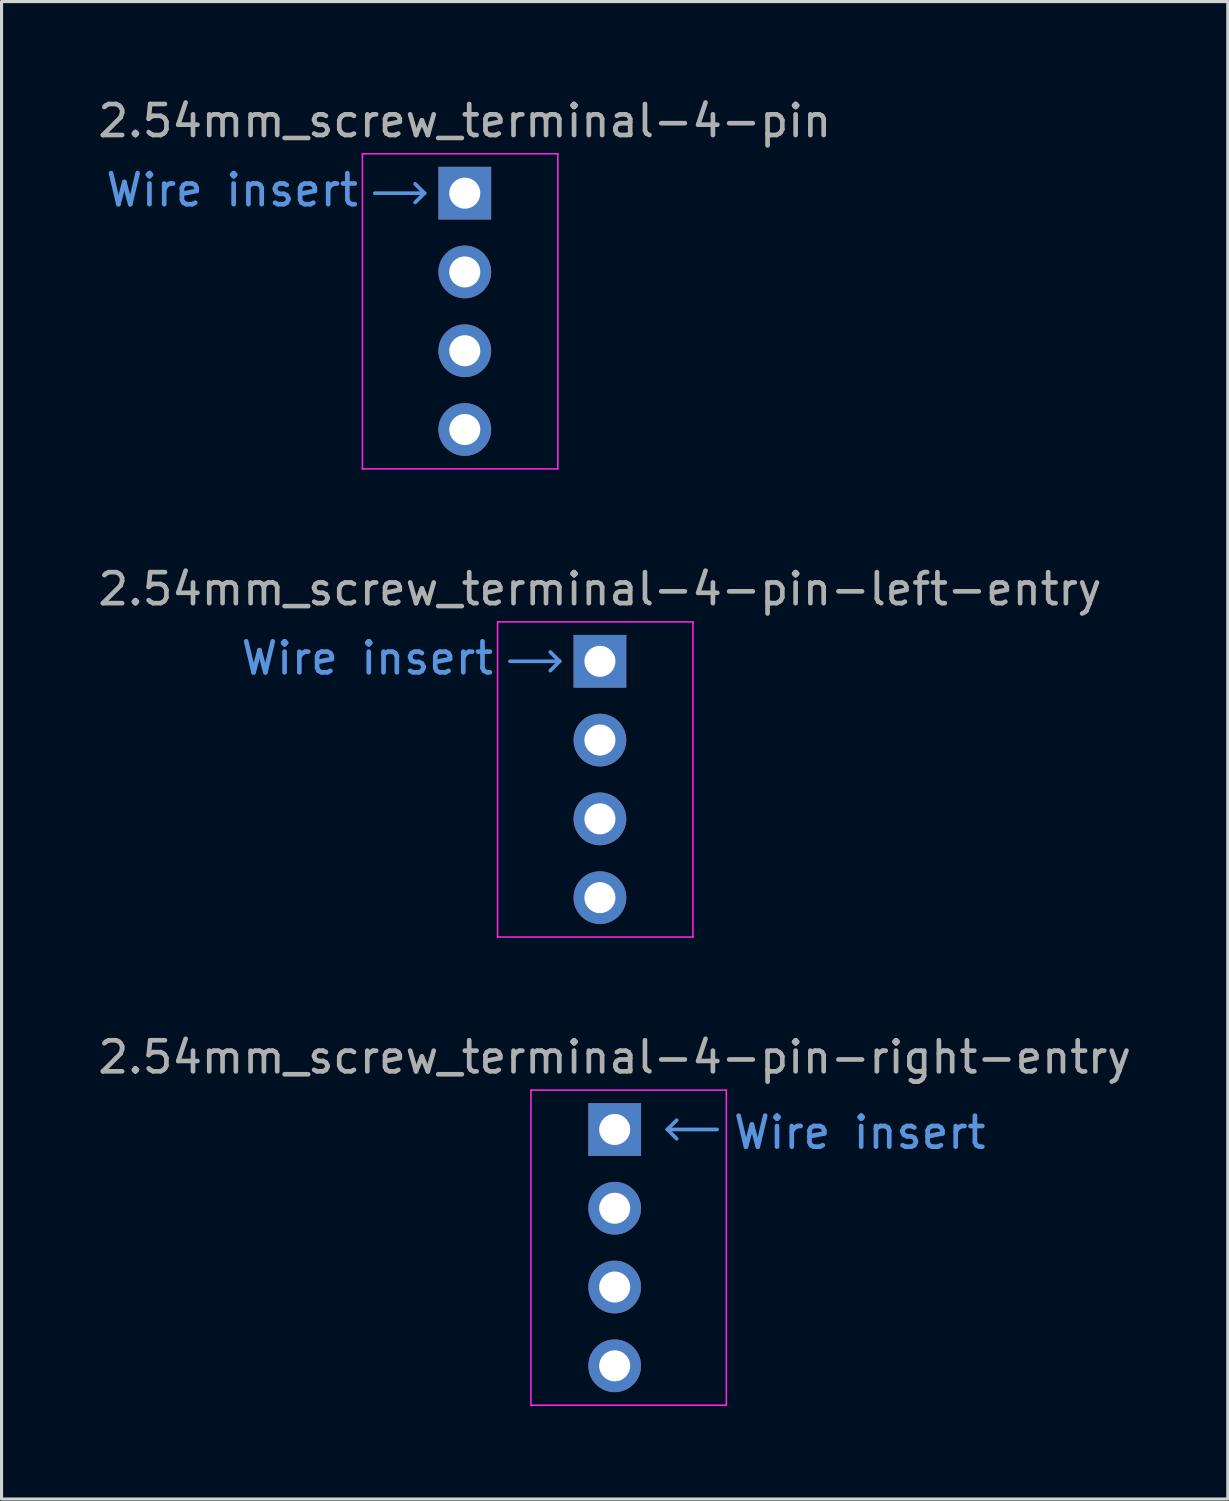
<source format=kicad_pcb>
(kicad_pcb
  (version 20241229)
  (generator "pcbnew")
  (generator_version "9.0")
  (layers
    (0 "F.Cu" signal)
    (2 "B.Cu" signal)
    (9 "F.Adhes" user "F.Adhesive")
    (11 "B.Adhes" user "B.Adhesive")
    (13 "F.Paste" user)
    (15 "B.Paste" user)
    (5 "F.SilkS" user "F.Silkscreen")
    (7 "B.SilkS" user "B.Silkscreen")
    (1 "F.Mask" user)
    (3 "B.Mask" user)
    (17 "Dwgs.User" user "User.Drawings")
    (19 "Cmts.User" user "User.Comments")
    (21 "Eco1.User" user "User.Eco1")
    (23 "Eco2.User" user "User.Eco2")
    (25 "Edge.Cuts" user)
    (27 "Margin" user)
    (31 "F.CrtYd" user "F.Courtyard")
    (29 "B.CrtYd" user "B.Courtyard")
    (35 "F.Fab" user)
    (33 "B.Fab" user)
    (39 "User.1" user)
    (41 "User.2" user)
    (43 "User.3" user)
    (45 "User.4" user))
  (footprint "2.54mm_screw_terminal-4-pin"
    (layer "F.Cu")
    (at 11.935 3.178)
    (property "Reference" "2.54mm_screw_terminal-4-pin" (at 0 -2.33 0) (layer "F.Fab") (effects (font (size 1 1) (thickness 0.15))))
    (attr through_hole)
    (fp_line (start -2.9 0) (end -1.3 0) (stroke (width 0.12) (type solid)) (layer "Cmts.User"))
    (fp_line (start -1.3 0) (end -1.6 -0.3) (stroke (width 0.12) (type solid)) (layer "Cmts.User"))
    (fp_line (start -1.3 0) (end -1.6 0.3) (stroke (width 0.12) (type solid)) (layer "Cmts.User"))
    (fp_line (start -3.3 -1.27) (end -3.3 8.89) (stroke (width 0.05) (type solid)) (layer "F.CrtYd"))
    (fp_line (start -3.3 8.89) (end 3 8.89) (stroke (width 0.05) (type solid)) (layer "F.CrtYd"))
    (fp_line (start 3 -1.27) (end -3.3 -1.27) (stroke (width 0.05) (type solid)) (layer "F.CrtYd"))
    (fp_line (start 3 8.89) (end 3 -1.27) (stroke (width 0.05) (type solid)) (layer "F.CrtYd"))
    (fp_text user "Wire insert" (at -7.5 -0.1 0) (layer "Cmts.User") (effects (font (size 1 1) (thickness 0.15))))
    (pad "1" thru_hole rect (at 0 0) (size 1.7 1.7) (drill 1) (layers "*.Cu" "*.Mask"))
    (pad "2" thru_hole oval (at 0 2.54) (size 1.7 1.7) (drill 1) (layers "*.Cu" "*.Mask"))
    (pad "3" thru_hole oval (at 0 5.08) (size 1.7 1.7) (drill 1) (layers "*.Cu" "*.Mask"))
    (pad "4" thru_hole oval (at 0 7.62) (size 1.7 1.7) (drill 1) (layers "*.Cu" "*.Mask")))
  (footprint "2.54mm_screw_terminal-4-pin-right-entry"
    (layer "F.Cu")
    (at 16.768 33.365)
    (property "Reference" "2.54mm_screw_terminal-4-pin-right-entry" (at 0 -2.33 0) (layer "F.Fab") (effects (font (size 1 1) (thickness 0.15))))
    (attr through_hole)
    (fp_line (start 1.7 0) (end 2 -0.3) (stroke (width 0.12) (type solid)) (layer "Cmts.User"))
    (fp_line (start 1.7 0) (end 2 0.3) (stroke (width 0.12) (type solid)) (layer "Cmts.User"))
    (fp_line (start 3.3 0) (end 1.7 0) (stroke (width 0.12) (type solid)) (layer "Cmts.User"))
    (fp_line (start -2.7 -1.27) (end -2.7 8.89) (stroke (width 0.05) (type solid)) (layer "F.CrtYd"))
    (fp_line (start -2.7 8.89) (end 3.6 8.89) (stroke (width 0.05) (type solid)) (layer "F.CrtYd"))
    (fp_line (start 3.6 -1.27) (end -2.7 -1.27) (stroke (width 0.05) (type solid)) (layer "F.CrtYd"))
    (fp_line (start 3.6 8.89) (end 3.6 -1.27) (stroke (width 0.05) (type solid)) (layer "F.CrtYd"))
    (fp_text user "Wire insert" (at 7.9 0.1 180) (layer "Cmts.User") (effects (font (size 1 1) (thickness 0.15))))
    (pad "1" thru_hole rect (at 0 0) (size 1.7 1.7) (drill 1) (layers "*.Cu" "*.Mask"))
    (pad "2" thru_hole oval (at 0 2.54) (size 1.7 1.7) (drill 1) (layers "*.Cu" "*.Mask"))
    (pad "3" thru_hole oval (at 0 5.08) (size 1.7 1.7) (drill 1) (layers "*.Cu" "*.Mask"))
    (pad "4" thru_hole oval (at 0 7.62) (size 1.7 1.7) (drill 1) (layers "*.Cu" "*.Mask")))
  (footprint "2.54mm_screw_terminal-4-pin-left-entry"
    (layer "F.Cu")
    (at 16.292 18.271)
    (property "Reference" "2.54mm_screw_terminal-4-pin-left-entry" (at 0 -2.33 0) (layer "F.Fab") (effects (font (size 1 1) (thickness 0.15))))
    (attr through_hole)
    (fp_line (start -2.9 0) (end -1.3 0) (stroke (width 0.12) (type solid)) (layer "Cmts.User"))
    (fp_line (start -1.3 0) (end -1.6 -0.3) (stroke (width 0.12) (type solid)) (layer "Cmts.User"))
    (fp_line (start -1.3 0) (end -1.6 0.3) (stroke (width 0.12) (type solid)) (layer "Cmts.User"))
    (fp_line (start -3.3 -1.27) (end -3.3 8.89) (stroke (width 0.05) (type solid)) (layer "F.CrtYd"))
    (fp_line (start -3.3 8.89) (end 3 8.89) (stroke (width 0.05) (type solid)) (layer "F.CrtYd"))
    (fp_line (start 3 -1.27) (end -3.3 -1.27) (stroke (width 0.05) (type solid)) (layer "F.CrtYd"))
    (fp_line (start 3 8.89) (end 3 -1.27) (stroke (width 0.05) (type solid)) (layer "F.CrtYd"))
    (fp_text user "Wire insert" (at -7.5 -0.1 0) (layer "Cmts.User") (effects (font (size 1 1) (thickness 0.15))))
    (pad "1" thru_hole rect (at 0 0) (size 1.7 1.7) (drill 1) (layers "*.Cu" "*.Mask"))
    (pad "2" thru_hole oval (at 0 2.54) (size 1.7 1.7) (drill 1) (layers "*.Cu" "*.Mask"))
    (pad "3" thru_hole oval (at 0 5.08) (size 1.7 1.7) (drill 1) (layers "*.Cu" "*.Mask"))
    (pad "4" thru_hole oval (at 0 7.62) (size 1.7 1.7) (drill 1) (layers "*.Cu" "*.Mask")))
  (gr_rect
    (start -3 -3)
    (end 36.536 45.28)
    (stroke (width 0.1) (type default))
    (fill no)
    (layer "Edge.Cuts")))
</source>
